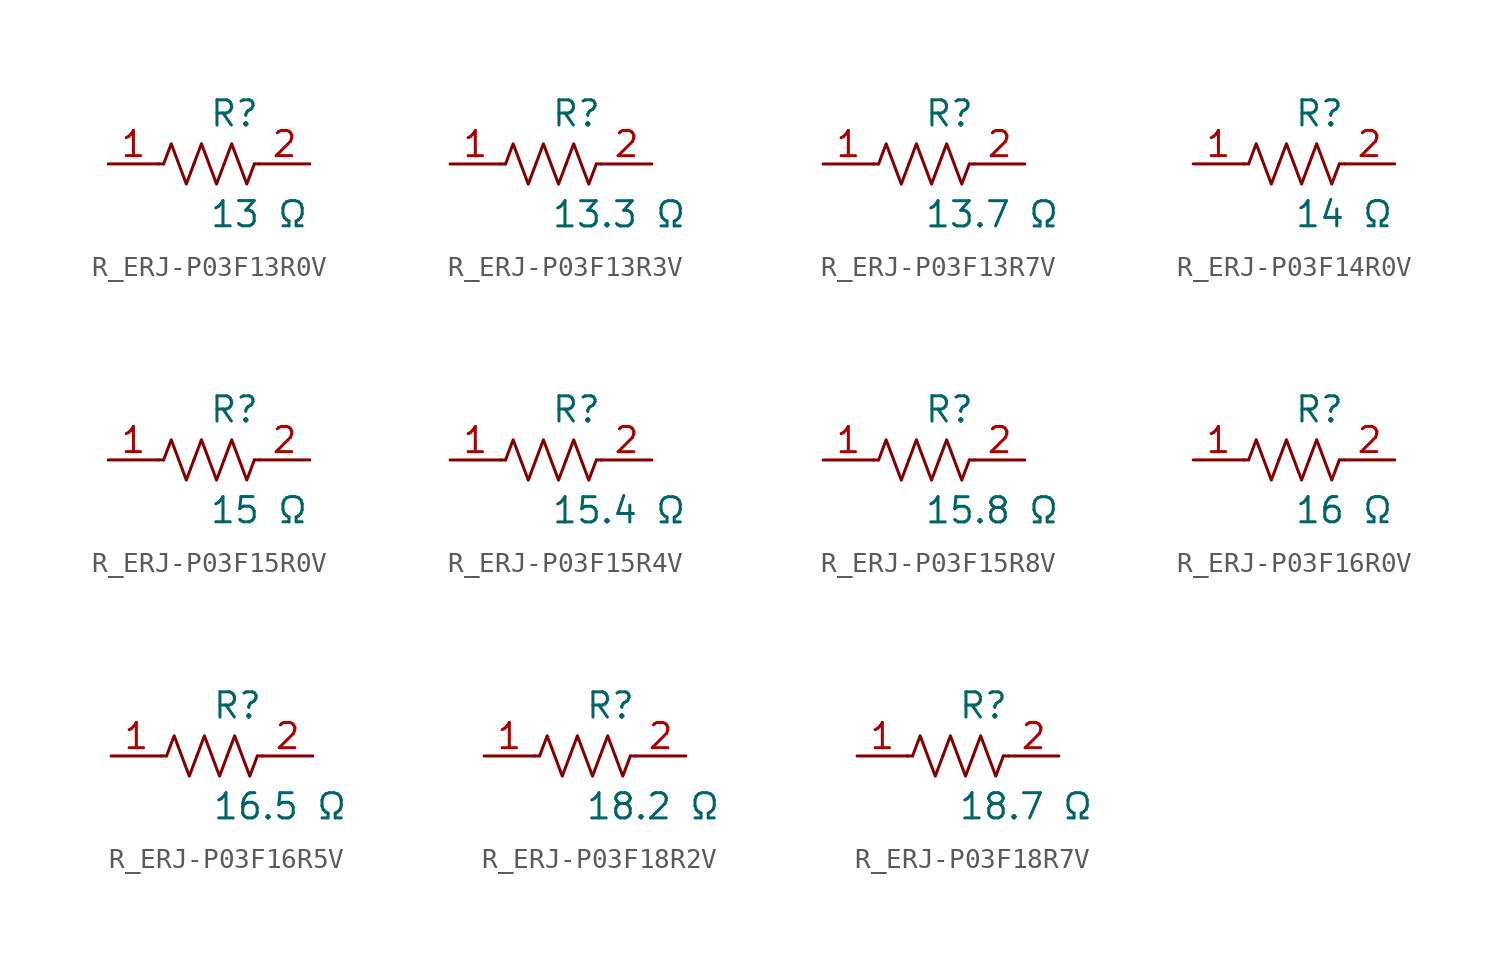
<source format=kicad_sym>
(kicad_symbol_lib
  (version 20231120)
  (generator kicad_symbol_editor)
  (generator_version 8.0)
  (symbol "R_ERJ-P03F13R0V"
    (pin_names
      (offset 0.254))
    (property "Reference" "R"
      (at 0.0 2.54 0)
      (effects (font (size 1.27 1.27)) (justify left)))
    (property "Value" "13 Ω"
      (at 0.0 -2.54 0)
      (effects (font (size 1.27 1.27)) (justify left)))
    (symbol "R_ERJ-P03F13R0V_0_1"
      (polyline (pts (xy 2.286 0) (xy 2.54 0)) (stroke (width 0) (type default)) (fill (type none)))
      (polyline (pts (xy -2.286 0) (xy -2.54 0)) (stroke (width 0) (type default)) (fill (type none)))
      (polyline (pts (xy 0.762 0) (xy 1.143 1.016) (xy 1.524 0) (xy 1.905 -1.016) (xy 2.286 0)) (stroke (width 0) (type default)) (fill (type none)))
      (polyline (pts (xy -0.762 0) (xy -0.381 1.016) (xy 0 0) (xy 0.381 -1.016) (xy 0.762 0)) (stroke (width 0) (type default)) (fill (type none)))
      (polyline (pts (xy -2.286 0) (xy -1.905 1.016) (xy -1.524 0) (xy -1.143 -1.016) (xy -0.762 0)) (stroke (width 0) (type default)) (fill (type none))))
    (pin unspecified line
      (at -5.08 0 0)
      (length 2.54)
      (name "" (effects (font (size 1.27 1.27))))
      (number "1" (effects (font (size 1.27 1.27)))))
    (pin unspecified line
      (at 5.08 0 180)
      (length 2.54)
      (name "" (effects (font (size 1.27 1.27))))
      (number "2" (effects (font (size 1.27 1.27))))))
  (symbol "R_ERJ-P03F13R3V"
    (pin_names
      (offset 0.254))
    (property "Reference" "R"
      (at 0.0 2.54 0)
      (effects (font (size 1.27 1.27)) (justify left)))
    (property "Value" "13.3 Ω"
      (at 0.0 -2.54 0)
      (effects (font (size 1.27 1.27)) (justify left)))
    (symbol "R_ERJ-P03F13R3V_0_1"
      (polyline (pts (xy 2.286 0) (xy 2.54 0)) (stroke (width 0) (type default)) (fill (type none)))
      (polyline (pts (xy -2.286 0) (xy -2.54 0)) (stroke (width 0) (type default)) (fill (type none)))
      (polyline (pts (xy 0.762 0) (xy 1.143 1.016) (xy 1.524 0) (xy 1.905 -1.016) (xy 2.286 0)) (stroke (width 0) (type default)) (fill (type none)))
      (polyline (pts (xy -0.762 0) (xy -0.381 1.016) (xy 0 0) (xy 0.381 -1.016) (xy 0.762 0)) (stroke (width 0) (type default)) (fill (type none)))
      (polyline (pts (xy -2.286 0) (xy -1.905 1.016) (xy -1.524 0) (xy -1.143 -1.016) (xy -0.762 0)) (stroke (width 0) (type default)) (fill (type none))))
    (pin unspecified line
      (at -5.08 0 0)
      (length 2.54)
      (name "" (effects (font (size 1.27 1.27))))
      (number "1" (effects (font (size 1.27 1.27)))))
    (pin unspecified line
      (at 5.08 0 180)
      (length 2.54)
      (name "" (effects (font (size 1.27 1.27))))
      (number "2" (effects (font (size 1.27 1.27))))))
  (symbol "R_ERJ-P03F13R7V"
    (pin_names
      (offset 0.254))
    (property "Reference" "R"
      (at 0.0 2.54 0)
      (effects (font (size 1.27 1.27)) (justify left)))
    (property "Value" "13.7 Ω"
      (at 0.0 -2.54 0)
      (effects (font (size 1.27 1.27)) (justify left)))
    (symbol "R_ERJ-P03F13R7V_0_1"
      (polyline (pts (xy 2.286 0) (xy 2.54 0)) (stroke (width 0) (type default)) (fill (type none)))
      (polyline (pts (xy -2.286 0) (xy -2.54 0)) (stroke (width 0) (type default)) (fill (type none)))
      (polyline (pts (xy 0.762 0) (xy 1.143 1.016) (xy 1.524 0) (xy 1.905 -1.016) (xy 2.286 0)) (stroke (width 0) (type default)) (fill (type none)))
      (polyline (pts (xy -0.762 0) (xy -0.381 1.016) (xy 0 0) (xy 0.381 -1.016) (xy 0.762 0)) (stroke (width 0) (type default)) (fill (type none)))
      (polyline (pts (xy -2.286 0) (xy -1.905 1.016) (xy -1.524 0) (xy -1.143 -1.016) (xy -0.762 0)) (stroke (width 0) (type default)) (fill (type none))))
    (pin unspecified line
      (at -5.08 0 0)
      (length 2.54)
      (name "" (effects (font (size 1.27 1.27))))
      (number "1" (effects (font (size 1.27 1.27)))))
    (pin unspecified line
      (at 5.08 0 180)
      (length 2.54)
      (name "" (effects (font (size 1.27 1.27))))
      (number "2" (effects (font (size 1.27 1.27))))))
  (symbol "R_ERJ-P03F14R0V"
    (pin_names
      (offset 0.254))
    (property "Reference" "R"
      (at 0.0 2.54 0)
      (effects (font (size 1.27 1.27)) (justify left)))
    (property "Value" "14 Ω"
      (at 0.0 -2.54 0)
      (effects (font (size 1.27 1.27)) (justify left)))
    (symbol "R_ERJ-P03F14R0V_0_1"
      (polyline (pts (xy 2.286 0) (xy 2.54 0)) (stroke (width 0) (type default)) (fill (type none)))
      (polyline (pts (xy -2.286 0) (xy -2.54 0)) (stroke (width 0) (type default)) (fill (type none)))
      (polyline (pts (xy 0.762 0) (xy 1.143 1.016) (xy 1.524 0) (xy 1.905 -1.016) (xy 2.286 0)) (stroke (width 0) (type default)) (fill (type none)))
      (polyline (pts (xy -0.762 0) (xy -0.381 1.016) (xy 0 0) (xy 0.381 -1.016) (xy 0.762 0)) (stroke (width 0) (type default)) (fill (type none)))
      (polyline (pts (xy -2.286 0) (xy -1.905 1.016) (xy -1.524 0) (xy -1.143 -1.016) (xy -0.762 0)) (stroke (width 0) (type default)) (fill (type none))))
    (pin unspecified line
      (at -5.08 0 0)
      (length 2.54)
      (name "" (effects (font (size 1.27 1.27))))
      (number "1" (effects (font (size 1.27 1.27)))))
    (pin unspecified line
      (at 5.08 0 180)
      (length 2.54)
      (name "" (effects (font (size 1.27 1.27))))
      (number "2" (effects (font (size 1.27 1.27))))))
  (symbol "R_ERJ-P03F15R0V"
    (pin_names
      (offset 0.254))
    (property "Reference" "R"
      (at 0.0 2.54 0)
      (effects (font (size 1.27 1.27)) (justify left)))
    (property "Value" "15 Ω"
      (at 0.0 -2.54 0)
      (effects (font (size 1.27 1.27)) (justify left)))
    (symbol "R_ERJ-P03F15R0V_0_1"
      (polyline (pts (xy 2.286 0) (xy 2.54 0)) (stroke (width 0) (type default)) (fill (type none)))
      (polyline (pts (xy -2.286 0) (xy -2.54 0)) (stroke (width 0) (type default)) (fill (type none)))
      (polyline (pts (xy 0.762 0) (xy 1.143 1.016) (xy 1.524 0) (xy 1.905 -1.016) (xy 2.286 0)) (stroke (width 0) (type default)) (fill (type none)))
      (polyline (pts (xy -0.762 0) (xy -0.381 1.016) (xy 0 0) (xy 0.381 -1.016) (xy 0.762 0)) (stroke (width 0) (type default)) (fill (type none)))
      (polyline (pts (xy -2.286 0) (xy -1.905 1.016) (xy -1.524 0) (xy -1.143 -1.016) (xy -0.762 0)) (stroke (width 0) (type default)) (fill (type none))))
    (pin unspecified line
      (at -5.08 0 0)
      (length 2.54)
      (name "" (effects (font (size 1.27 1.27))))
      (number "1" (effects (font (size 1.27 1.27)))))
    (pin unspecified line
      (at 5.08 0 180)
      (length 2.54)
      (name "" (effects (font (size 1.27 1.27))))
      (number "2" (effects (font (size 1.27 1.27))))))
  (symbol "R_ERJ-P03F15R4V"
    (pin_names
      (offset 0.254))
    (property "Reference" "R"
      (at 0.0 2.54 0)
      (effects (font (size 1.27 1.27)) (justify left)))
    (property "Value" "15.4 Ω"
      (at 0.0 -2.54 0)
      (effects (font (size 1.27 1.27)) (justify left)))
    (symbol "R_ERJ-P03F15R4V_0_1"
      (polyline (pts (xy 2.286 0) (xy 2.54 0)) (stroke (width 0) (type default)) (fill (type none)))
      (polyline (pts (xy -2.286 0) (xy -2.54 0)) (stroke (width 0) (type default)) (fill (type none)))
      (polyline (pts (xy 0.762 0) (xy 1.143 1.016) (xy 1.524 0) (xy 1.905 -1.016) (xy 2.286 0)) (stroke (width 0) (type default)) (fill (type none)))
      (polyline (pts (xy -0.762 0) (xy -0.381 1.016) (xy 0 0) (xy 0.381 -1.016) (xy 0.762 0)) (stroke (width 0) (type default)) (fill (type none)))
      (polyline (pts (xy -2.286 0) (xy -1.905 1.016) (xy -1.524 0) (xy -1.143 -1.016) (xy -0.762 0)) (stroke (width 0) (type default)) (fill (type none))))
    (pin unspecified line
      (at -5.08 0 0)
      (length 2.54)
      (name "" (effects (font (size 1.27 1.27))))
      (number "1" (effects (font (size 1.27 1.27)))))
    (pin unspecified line
      (at 5.08 0 180)
      (length 2.54)
      (name "" (effects (font (size 1.27 1.27))))
      (number "2" (effects (font (size 1.27 1.27))))))
  (symbol "R_ERJ-P03F15R8V"
    (pin_names
      (offset 0.254))
    (property "Reference" "R"
      (at 0.0 2.54 0)
      (effects (font (size 1.27 1.27)) (justify left)))
    (property "Value" "15.8 Ω"
      (at 0.0 -2.54 0)
      (effects (font (size 1.27 1.27)) (justify left)))
    (symbol "R_ERJ-P03F15R8V_0_1"
      (polyline (pts (xy 2.286 0) (xy 2.54 0)) (stroke (width 0) (type default)) (fill (type none)))
      (polyline (pts (xy -2.286 0) (xy -2.54 0)) (stroke (width 0) (type default)) (fill (type none)))
      (polyline (pts (xy 0.762 0) (xy 1.143 1.016) (xy 1.524 0) (xy 1.905 -1.016) (xy 2.286 0)) (stroke (width 0) (type default)) (fill (type none)))
      (polyline (pts (xy -0.762 0) (xy -0.381 1.016) (xy 0 0) (xy 0.381 -1.016) (xy 0.762 0)) (stroke (width 0) (type default)) (fill (type none)))
      (polyline (pts (xy -2.286 0) (xy -1.905 1.016) (xy -1.524 0) (xy -1.143 -1.016) (xy -0.762 0)) (stroke (width 0) (type default)) (fill (type none))))
    (pin unspecified line
      (at -5.08 0 0)
      (length 2.54)
      (name "" (effects (font (size 1.27 1.27))))
      (number "1" (effects (font (size 1.27 1.27)))))
    (pin unspecified line
      (at 5.08 0 180)
      (length 2.54)
      (name "" (effects (font (size 1.27 1.27))))
      (number "2" (effects (font (size 1.27 1.27))))))
  (symbol "R_ERJ-P03F16R0V"
    (pin_names
      (offset 0.254))
    (property "Reference" "R"
      (at 0.0 2.54 0)
      (effects (font (size 1.27 1.27)) (justify left)))
    (property "Value" "16 Ω"
      (at 0.0 -2.54 0)
      (effects (font (size 1.27 1.27)) (justify left)))
    (symbol "R_ERJ-P03F16R0V_0_1"
      (polyline (pts (xy 2.286 0) (xy 2.54 0)) (stroke (width 0) (type default)) (fill (type none)))
      (polyline (pts (xy -2.286 0) (xy -2.54 0)) (stroke (width 0) (type default)) (fill (type none)))
      (polyline (pts (xy 0.762 0) (xy 1.143 1.016) (xy 1.524 0) (xy 1.905 -1.016) (xy 2.286 0)) (stroke (width 0) (type default)) (fill (type none)))
      (polyline (pts (xy -0.762 0) (xy -0.381 1.016) (xy 0 0) (xy 0.381 -1.016) (xy 0.762 0)) (stroke (width 0) (type default)) (fill (type none)))
      (polyline (pts (xy -2.286 0) (xy -1.905 1.016) (xy -1.524 0) (xy -1.143 -1.016) (xy -0.762 0)) (stroke (width 0) (type default)) (fill (type none))))
    (pin unspecified line
      (at -5.08 0 0)
      (length 2.54)
      (name "" (effects (font (size 1.27 1.27))))
      (number "1" (effects (font (size 1.27 1.27)))))
    (pin unspecified line
      (at 5.08 0 180)
      (length 2.54)
      (name "" (effects (font (size 1.27 1.27))))
      (number "2" (effects (font (size 1.27 1.27))))))
  (symbol "R_ERJ-P03F16R5V"
    (pin_names
      (offset 0.254))
    (property "Reference" "R"
      (at 0.0 2.54 0)
      (effects (font (size 1.27 1.27)) (justify left)))
    (property "Value" "16.5 Ω"
      (at 0.0 -2.54 0)
      (effects (font (size 1.27 1.27)) (justify left)))
    (symbol "R_ERJ-P03F16R5V_0_1"
      (polyline (pts (xy 2.286 0) (xy 2.54 0)) (stroke (width 0) (type default)) (fill (type none)))
      (polyline (pts (xy -2.286 0) (xy -2.54 0)) (stroke (width 0) (type default)) (fill (type none)))
      (polyline (pts (xy 0.762 0) (xy 1.143 1.016) (xy 1.524 0) (xy 1.905 -1.016) (xy 2.286 0)) (stroke (width 0) (type default)) (fill (type none)))
      (polyline (pts (xy -0.762 0) (xy -0.381 1.016) (xy 0 0) (xy 0.381 -1.016) (xy 0.762 0)) (stroke (width 0) (type default)) (fill (type none)))
      (polyline (pts (xy -2.286 0) (xy -1.905 1.016) (xy -1.524 0) (xy -1.143 -1.016) (xy -0.762 0)) (stroke (width 0) (type default)) (fill (type none))))
    (pin unspecified line
      (at -5.08 0 0)
      (length 2.54)
      (name "" (effects (font (size 1.27 1.27))))
      (number "1" (effects (font (size 1.27 1.27)))))
    (pin unspecified line
      (at 5.08 0 180)
      (length 2.54)
      (name "" (effects (font (size 1.27 1.27))))
      (number "2" (effects (font (size 1.27 1.27))))))
  (symbol "R_ERJ-P03F18R2V"
    (pin_names
      (offset 0.254))
    (property "Reference" "R"
      (at 0.0 2.54 0)
      (effects (font (size 1.27 1.27)) (justify left)))
    (property "Value" "18.2 Ω"
      (at 0.0 -2.54 0)
      (effects (font (size 1.27 1.27)) (justify left)))
    (symbol "R_ERJ-P03F18R2V_0_1"
      (polyline (pts (xy 2.286 0) (xy 2.54 0)) (stroke (width 0) (type default)) (fill (type none)))
      (polyline (pts (xy -2.286 0) (xy -2.54 0)) (stroke (width 0) (type default)) (fill (type none)))
      (polyline (pts (xy 0.762 0) (xy 1.143 1.016) (xy 1.524 0) (xy 1.905 -1.016) (xy 2.286 0)) (stroke (width 0) (type default)) (fill (type none)))
      (polyline (pts (xy -0.762 0) (xy -0.381 1.016) (xy 0 0) (xy 0.381 -1.016) (xy 0.762 0)) (stroke (width 0) (type default)) (fill (type none)))
      (polyline (pts (xy -2.286 0) (xy -1.905 1.016) (xy -1.524 0) (xy -1.143 -1.016) (xy -0.762 0)) (stroke (width 0) (type default)) (fill (type none))))
    (pin unspecified line
      (at -5.08 0 0)
      (length 2.54)
      (name "" (effects (font (size 1.27 1.27))))
      (number "1" (effects (font (size 1.27 1.27)))))
    (pin unspecified line
      (at 5.08 0 180)
      (length 2.54)
      (name "" (effects (font (size 1.27 1.27))))
      (number "2" (effects (font (size 1.27 1.27))))))
  (symbol "R_ERJ-P03F18R7V"
    (pin_names
      (offset 0.254))
    (property "Reference" "R"
      (at 0.0 2.54 0)
      (effects (font (size 1.27 1.27)) (justify left)))
    (property "Value" "18.7 Ω"
      (at 0.0 -2.54 0)
      (effects (font (size 1.27 1.27)) (justify left)))
    (symbol "R_ERJ-P03F18R7V_0_1"
      (polyline (pts (xy 2.286 0) (xy 2.54 0)) (stroke (width 0) (type default)) (fill (type none)))
      (polyline (pts (xy -2.286 0) (xy -2.54 0)) (stroke (width 0) (type default)) (fill (type none)))
      (polyline (pts (xy 0.762 0) (xy 1.143 1.016) (xy 1.524 0) (xy 1.905 -1.016) (xy 2.286 0)) (stroke (width 0) (type default)) (fill (type none)))
      (polyline (pts (xy -0.762 0) (xy -0.381 1.016) (xy 0 0) (xy 0.381 -1.016) (xy 0.762 0)) (stroke (width 0) (type default)) (fill (type none)))
      (polyline (pts (xy -2.286 0) (xy -1.905 1.016) (xy -1.524 0) (xy -1.143 -1.016) (xy -0.762 0)) (stroke (width 0) (type default)) (fill (type none))))
    (pin unspecified line
      (at -5.08 0 0)
      (length 2.54)
      (name "" (effects (font (size 1.27 1.27))))
      (number "1" (effects (font (size 1.27 1.27)))))
    (pin unspecified line
      (at 5.08 0 180)
      (length 2.54)
      (name "" (effects (font (size 1.27 1.27))))
      (number "2" (effects (font (size 1.27 1.27)))))))
</source>
